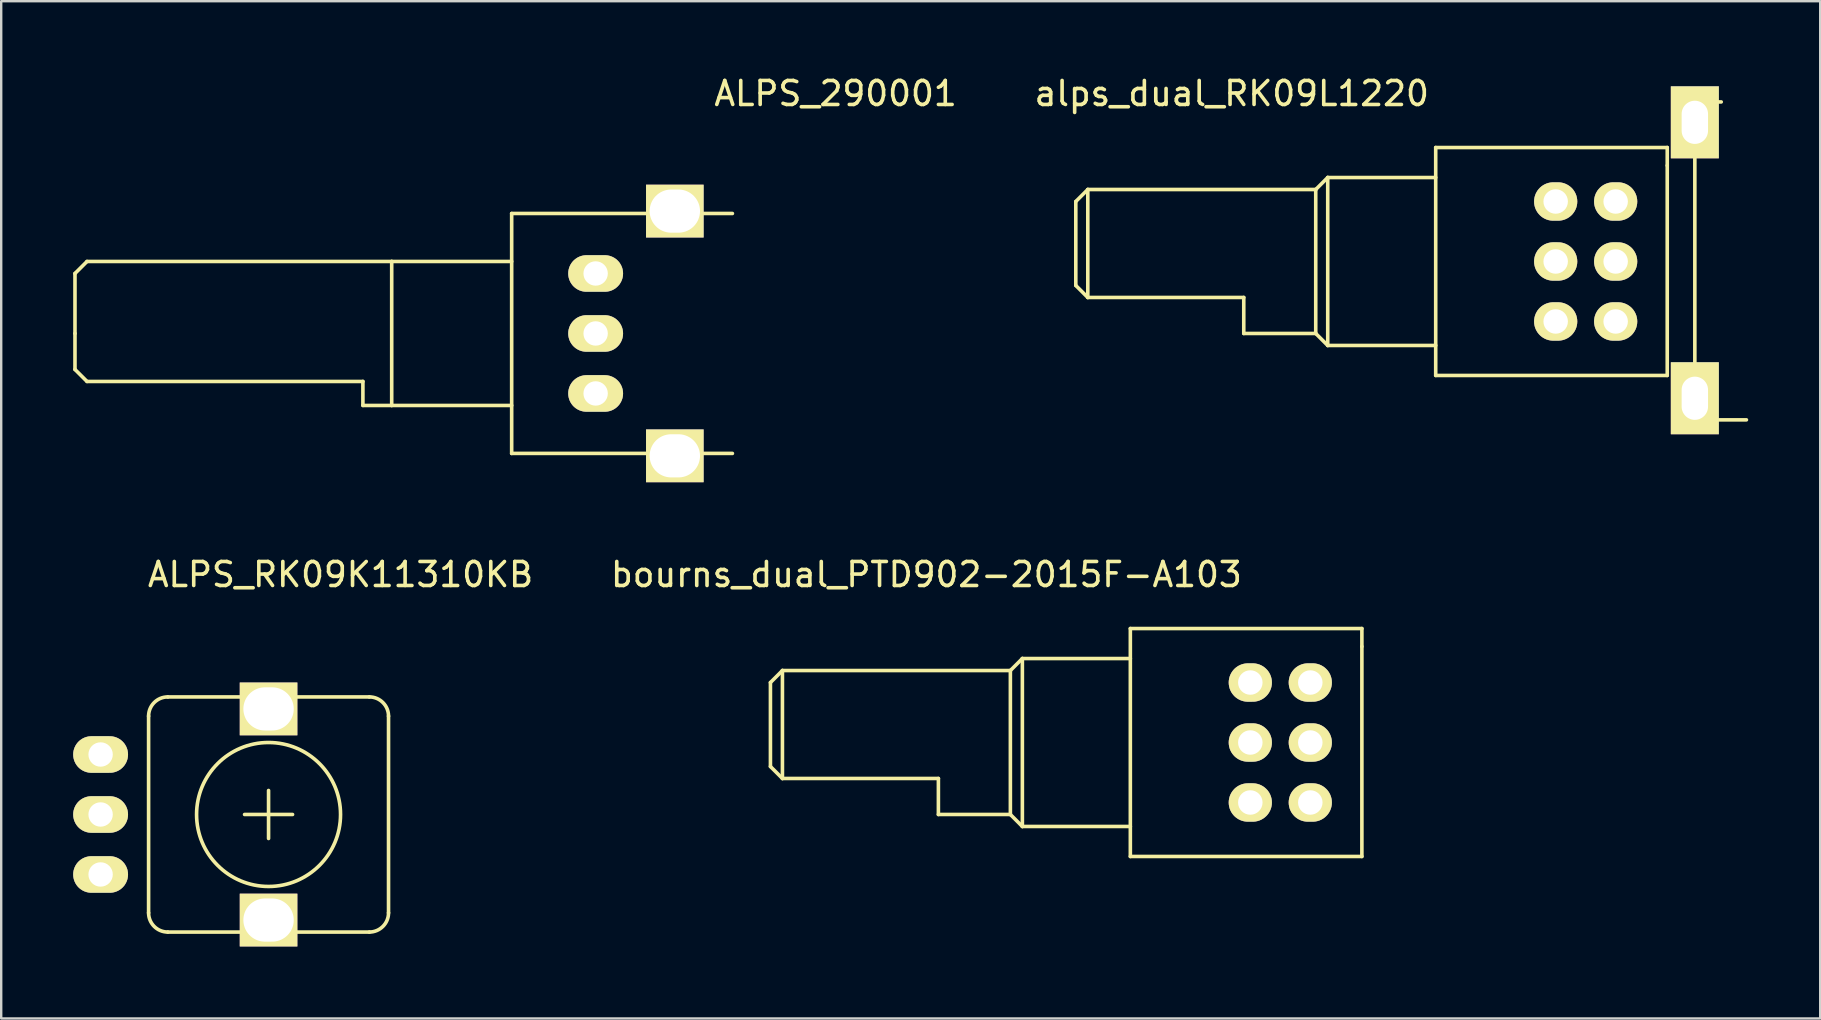
<source format=kicad_pcb>
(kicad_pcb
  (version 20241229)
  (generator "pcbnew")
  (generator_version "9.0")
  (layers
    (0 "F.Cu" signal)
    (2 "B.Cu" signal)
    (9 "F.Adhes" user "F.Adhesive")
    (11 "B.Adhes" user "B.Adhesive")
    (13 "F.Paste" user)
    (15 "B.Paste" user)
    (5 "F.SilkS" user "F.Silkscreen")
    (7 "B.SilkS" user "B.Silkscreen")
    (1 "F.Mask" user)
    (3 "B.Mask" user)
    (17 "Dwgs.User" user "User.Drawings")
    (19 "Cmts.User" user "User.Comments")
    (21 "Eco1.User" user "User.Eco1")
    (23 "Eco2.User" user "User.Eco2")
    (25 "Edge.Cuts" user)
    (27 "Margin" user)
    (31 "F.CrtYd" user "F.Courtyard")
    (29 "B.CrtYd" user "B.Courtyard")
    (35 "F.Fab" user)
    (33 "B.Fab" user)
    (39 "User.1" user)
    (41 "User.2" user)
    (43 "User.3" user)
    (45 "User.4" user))
  (footprint "bourns_dual_PTD902-2015F-A103"
    (layer "F.Cu")
    (at 49.06 27.896)
    (property "Reference" "bourns_dual_PTD902-2015F-A103" (at -13.5 -7 0) (layer "F.SilkS") (effects (font (size 1 1) (thickness 0.15))))
    (attr through_hole)
    (fp_line (start -20 -2.5) (end -20 1) (stroke (width 0.15) (type solid)) (layer "F.SilkS"))
    (fp_line (start -20 1) (end -19.5 1.5) (stroke (width 0.15) (type solid)) (layer "F.SilkS"))
    (fp_line (start -19.5 -3) (end -20 -2.5) (stroke (width 0.15) (type solid)) (layer "F.SilkS"))
    (fp_line (start -19.5 -3) (end -19.5 1.5) (stroke (width 0.15) (type solid)) (layer "F.SilkS"))
    (fp_line (start -19.5 1.5) (end -13 1.5) (stroke (width 0.15) (type solid)) (layer "F.SilkS"))
    (fp_line (start -13 1.5) (end -13 3) (stroke (width 0.15) (type solid)) (layer "F.SilkS"))
    (fp_line (start -13 3) (end -10 3) (stroke (width 0.15) (type solid)) (layer "F.SilkS"))
    (fp_line (start -10 -3) (end -19.5 -3) (stroke (width 0.15) (type solid)) (layer "F.SilkS"))
    (fp_line (start -10 -3) (end -10 3) (stroke (width 0.15) (type solid)) (layer "F.SilkS"))
    (fp_line (start -10 3) (end -9.5 3.5) (stroke (width 0.15) (type solid)) (layer "F.SilkS"))
    (fp_line (start -9.5 -3.5) (end -10 -3) (stroke (width 0.15) (type solid)) (layer "F.SilkS"))
    (fp_line (start -9.5 -3.5) (end -9.5 3.5) (stroke (width 0.15) (type solid)) (layer "F.SilkS"))
    (fp_line (start -9.5 3.5) (end -5 3.5) (stroke (width 0.15) (type solid)) (layer "F.SilkS"))
    (fp_line (start -5 -4.75) (end -5 4.75) (stroke (width 0.15) (type solid)) (layer "F.SilkS"))
    (fp_line (start -5 -4.75) (end 4.65 -4.75) (stroke (width 0.15) (type solid)) (layer "F.SilkS"))
    (fp_line (start -5 -3.5) (end -9.5 -3.5) (stroke (width 0.15) (type solid)) (layer "F.SilkS"))
    (fp_line (start -5 4.75) (end 4.65 4.75) (stroke (width 0.15) (type solid)) (layer "F.SilkS"))
    (fp_line (start 4.65 -4.75) (end 4.65 4.75) (stroke (width 0.15) (type solid)) (layer "F.SilkS"))
    (fp_line (start 4.65 -4) (end 4.65 -4) (stroke (width 0.15) (type solid)) (layer "F.SilkS"))
    (pad "11" thru_hole oval (at 0 -2.5 90) (size 1.6 1.8) (drill 1.02) (layers "*.Cu" "*.Mask" "F.SilkS"))
    (pad "12" thru_hole oval (at 0 0 90) (size 1.6 1.8) (drill 1.02) (layers "*.Cu" "*.Mask" "F.SilkS"))
    (pad "13" thru_hole oval (at 0 2.5 90) (size 1.6 1.8) (drill 1.02) (layers "*.Cu" "*.Mask" "F.SilkS"))
    (pad "21" thru_hole oval (at 2.5 -2.5 90) (size 1.6 1.8) (drill 1.02) (layers "*.Cu" "*.Mask" "F.SilkS"))
    (pad "22" thru_hole oval (at 2.5 0 90) (size 1.6 1.8) (drill 1.02) (layers "*.Cu" "*.Mask" "F.SilkS"))
    (pad "23" thru_hole oval (at 2.5 2.5 90) (size 1.6 1.8) (drill 1.02) (layers "*.Cu" "*.Mask" "F.SilkS")))
  (footprint "alps_dual_RK09L1220"
    (layer "F.Cu")
    (at 61.787 7.848)
    (property "Reference" "alps_dual_RK09L1220" (at -13.5 -7 0) (layer "F.SilkS") (effects (font (size 1 1) (thickness 0.15))))
    (attr through_hole)
    (fp_line (start -20 -2.5) (end -20 1) (stroke (width 0.15) (type solid)) (layer "F.SilkS"))
    (fp_line (start -20 1) (end -19.5 1.5) (stroke (width 0.15) (type solid)) (layer "F.SilkS"))
    (fp_line (start -19.5 -3) (end -20 -2.5) (stroke (width 0.15) (type solid)) (layer "F.SilkS"))
    (fp_line (start -19.5 -3) (end -19.5 1.5) (stroke (width 0.15) (type solid)) (layer "F.SilkS"))
    (fp_line (start -19.5 1.5) (end -13 1.5) (stroke (width 0.15) (type solid)) (layer "F.SilkS"))
    (fp_line (start -13 1.5) (end -13 3) (stroke (width 0.15) (type solid)) (layer "F.SilkS"))
    (fp_line (start -13 3) (end -10 3) (stroke (width 0.15) (type solid)) (layer "F.SilkS"))
    (fp_line (start -10 -3) (end -19.5 -3) (stroke (width 0.15) (type solid)) (layer "F.SilkS"))
    (fp_line (start -10 -3) (end -10 3) (stroke (width 0.15) (type solid)) (layer "F.SilkS"))
    (fp_line (start -10 3) (end -9.5 3.5) (stroke (width 0.15) (type solid)) (layer "F.SilkS"))
    (fp_line (start -9.5 -3.5) (end -10 -3) (stroke (width 0.15) (type solid)) (layer "F.SilkS"))
    (fp_line (start -9.5 -3.5) (end -9.5 3.5) (stroke (width 0.15) (type solid)) (layer "F.SilkS"))
    (fp_line (start -9.5 3.5) (end -5 3.5) (stroke (width 0.15) (type solid)) (layer "F.SilkS"))
    (fp_line (start -5 -4.75) (end -5 4.75) (stroke (width 0.15) (type solid)) (layer "F.SilkS"))
    (fp_line (start -5 -4.75) (end 4.65 -4.75) (stroke (width 0.15) (type solid)) (layer "F.SilkS"))
    (fp_line (start -5 -3.5) (end -9.5 -3.5) (stroke (width 0.15) (type solid)) (layer "F.SilkS"))
    (fp_line (start -5 4.75) (end 4.65 4.75) (stroke (width 0.15) (type solid)) (layer "F.SilkS"))
    (fp_line (start 4.65 -4.75) (end 4.65 4.75) (stroke (width 0.15) (type solid)) (layer "F.SilkS"))
    (fp_line (start 4.65 -4) (end 4.65 -4) (stroke (width 0.15) (type solid)) (layer "F.SilkS"))
    (fp_line (start 5.8 -6.65) (end 6.9 -6.65) (stroke (width 0.15) (type solid)) (layer "F.SilkS"))
    (fp_line (start 5.8 -4.95) (end 5.8 5.15) (stroke (width 0.15) (type solid)) (layer "F.SilkS"))
    (fp_line (start 5.85 6.6) (end 7.95 6.6) (stroke (width 0.15) (type solid)) (layer "F.SilkS"))
    (pad "1" thru_hole rect (at 5.8 -5.8) (size 2 3) (drill oval 1.1 1.8) (layers "*.Cu" "*.Mask" "F.SilkS"))
    (pad "2" thru_hole rect (at 5.8 5.7) (size 2 3) (drill oval 1.1 1.8) (layers "*.Cu" "*.Mask" "F.SilkS"))
    (pad "11" thru_hole oval (at 0 -2.5 90) (size 1.6 1.8) (drill 1.02) (layers "*.Cu" "*.Mask" "F.SilkS"))
    (pad "12" thru_hole oval (at 0 0 90) (size 1.6 1.8) (drill 1.02) (layers "*.Cu" "*.Mask" "F.SilkS"))
    (pad "13" thru_hole oval (at 0 2.5 90) (size 1.6 1.8) (drill 1.02) (layers "*.Cu" "*.Mask" "F.SilkS"))
    (pad "21" thru_hole oval (at 2.5 -2.5 90) (size 1.6 1.8) (drill 1.02) (layers "*.Cu" "*.Mask" "F.SilkS"))
    (pad "22" thru_hole oval (at 2.5 0 90) (size 1.6 1.8) (drill 1.02) (layers "*.Cu" "*.Mask" "F.SilkS"))
    (pad "23" thru_hole oval (at 2.5 2.5 90) (size 1.6 1.8) (drill 1.02) (layers "*.Cu" "*.Mask" "F.SilkS")))
  (footprint "ALPS_RK09K11310KB"
    (layer "F.Cu")
    (at 1.143 30.896)
    (property "Reference" "ALPS_RK09K11310KB" (at 10 -10 0) (layer "F.SilkS") (effects (font (size 1 1) (thickness 0.15))))
    (attr through_hole)
    (fp_line (start 2 -4.1) (end 2 4.1) (stroke (width 0.15) (type solid)) (layer "F.SilkS"))
    (fp_line (start 2.8 -4.9) (end 11.2 -4.9) (stroke (width 0.15) (type solid)) (layer "F.SilkS"))
    (fp_line (start 2.8 4.9) (end 11.2 4.9) (stroke (width 0.15) (type solid)) (layer "F.SilkS"))
    (fp_line (start 6 0) (end 8 0) (stroke (width 0.15) (type solid)) (layer "F.SilkS"))
    (fp_line (start 7 -1) (end 7 1) (stroke (width 0.15) (type solid)) (layer "F.SilkS"))
    (fp_line (start 12 -4.1) (end 12 4.1) (stroke (width 0.15) (type solid)) (layer "F.SilkS"))
    (fp_arc (start 2 -4.1) (mid 2.234315 -4.665685) (end 2.8 -4.9) (stroke (width 0.15) (type solid)) (layer "F.SilkS"))
    (fp_arc (start 2.8 4.9) (mid 2.234315 4.665685) (end 2 4.1) (stroke (width 0.15) (type solid)) (layer "F.SilkS"))
    (fp_arc (start 11.2 -4.9) (mid 11.765685 -4.665685) (end 12 -4.1) (stroke (width 0.15) (type solid)) (layer "F.SilkS"))
    (fp_arc (start 12 4.1) (mid 11.765685 4.665685) (end 11.2 4.9) (stroke (width 0.15) (type solid)) (layer "F.SilkS"))
    (fp_circle (center 7 0) (end 7 -3) (stroke (width 0.15) (type solid)) (fill no) (layer "F.SilkS"))
    (pad "1" thru_hole oval (at 0 -2.5) (size 2.286 1.524) (drill 1.016) (layers "*.Cu" "*.Mask" "F.SilkS"))
    (pad "2" thru_hole oval (at 0 0) (size 2.286 1.524) (drill 1.016) (layers "*.Cu" "*.Mask" "F.SilkS"))
    (pad "3" thru_hole oval (at 0 2.5) (size 2.286 1.524) (drill 1.016) (layers "*.Cu" "*.Mask" "F.SilkS"))
    (pad "4" thru_hole rect (at 7 4.4) (size 2.4 2.2) (drill oval 2.1 1.8) (layers "*.Cu" "*.Mask" "F.SilkS"))
    (pad "5" thru_hole rect (at 7 -4.4) (size 2.4 2.2) (drill oval 2.1 1.8) (layers "*.Cu" "*.Mask" "F.SilkS")))
  (footprint "ALPS_290001"
    (layer "F.Cu")
    (at 21.775 10.848)
    (property "Reference" "ALPS_290001" (at 10 -10 0) (layer "F.SilkS") (effects (font (size 1 1) (thickness 0.15))))
    (attr through_hole)
    (fp_line (start -21.7 -2.5) (end -21.2 -3) (stroke (width 0.15) (type solid)) (layer "F.SilkS"))
    (fp_line (start -21.7 0) (end -21.7 -2.5) (stroke (width 0.15) (type solid)) (layer "F.SilkS"))
    (fp_line (start -21.7 0) (end -21.7 1.5) (stroke (width 0.15) (type solid)) (layer "F.SilkS"))
    (fp_line (start -21.7 1.5) (end -21.2 2) (stroke (width 0.15) (type solid)) (layer "F.SilkS"))
    (fp_line (start -21.2 -3) (end -8.5 -3) (stroke (width 0.15) (type solid)) (layer "F.SilkS"))
    (fp_line (start -21.2 2) (end -9.7 2) (stroke (width 0.15) (type solid)) (layer "F.SilkS"))
    (fp_line (start -9.7 2) (end -9.7 3) (stroke (width 0.15) (type solid)) (layer "F.SilkS"))
    (fp_line (start -9.7 3) (end -8.5 3) (stroke (width 0.15) (type solid)) (layer "F.SilkS"))
    (fp_line (start -8.5 -3) (end -8.5 3) (stroke (width 0.15) (type solid)) (layer "F.SilkS"))
    (fp_line (start -8.5 3) (end -3.5 3) (stroke (width 0.15) (type solid)) (layer "F.SilkS"))
    (fp_line (start -3.5 -5) (end -3.5 5) (stroke (width 0.15) (type solid)) (layer "F.SilkS"))
    (fp_line (start -3.5 -5) (end 5.7 -5) (stroke (width 0.15) (type solid)) (layer "F.SilkS"))
    (fp_line (start -3.5 -3) (end -8.5 -3) (stroke (width 0.15) (type solid)) (layer "F.SilkS"))
    (fp_line (start -3.5 5) (end 5.7 5) (stroke (width 0.15) (type solid)) (layer "F.SilkS"))
    (pad "1" thru_hole oval (at 0 -2.5) (size 2.286 1.524) (drill 1.016) (layers "*.Cu" "*.Mask" "F.SilkS"))
    (pad "2" thru_hole oval (at 0 0) (size 2.286 1.524) (drill 1.016) (layers "*.Cu" "*.Mask" "F.SilkS"))
    (pad "3" thru_hole oval (at 0 2.5) (size 2.286 1.524) (drill 1.016) (layers "*.Cu" "*.Mask" "F.SilkS"))
    (pad "4" thru_hole rect (at 3.3 5.1) (size 2.4 2.2) (drill oval 2.1 1.8) (layers "*.Cu" "*.Mask" "F.SilkS"))
    (pad "5" thru_hole rect (at 3.3 -5.1) (size 2.4 2.2) (drill oval 2.1 1.8) (layers "*.Cu" "*.Mask" "F.SilkS")))
  (gr_rect
    (start -3 -3)
    (end 72.812 39.397)
    (stroke (width 0.1) (type default))
    (fill no)
    (layer "Edge.Cuts")))
</source>
